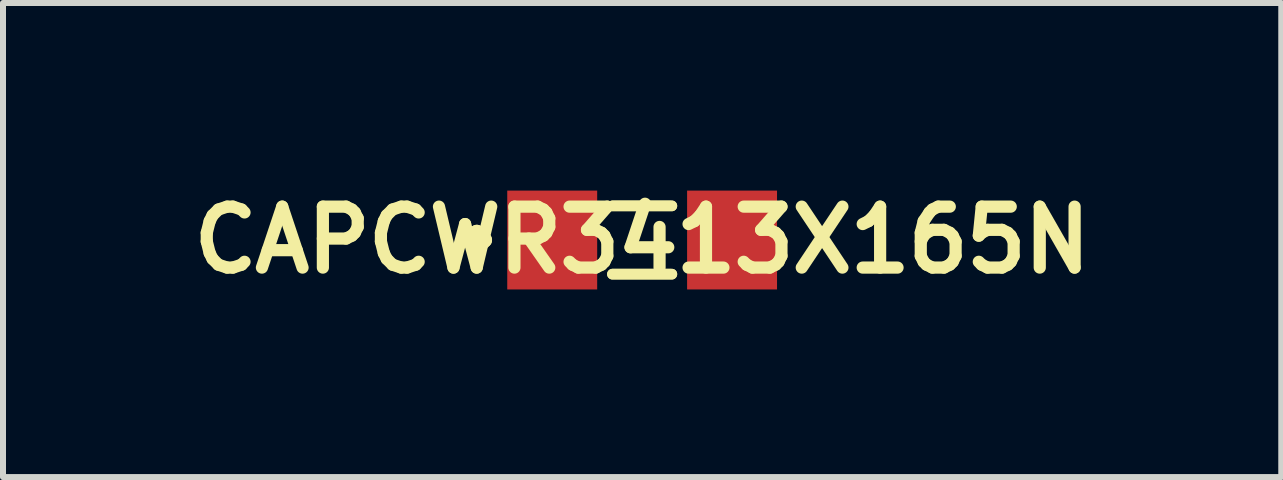
<source format=kicad_pcb>
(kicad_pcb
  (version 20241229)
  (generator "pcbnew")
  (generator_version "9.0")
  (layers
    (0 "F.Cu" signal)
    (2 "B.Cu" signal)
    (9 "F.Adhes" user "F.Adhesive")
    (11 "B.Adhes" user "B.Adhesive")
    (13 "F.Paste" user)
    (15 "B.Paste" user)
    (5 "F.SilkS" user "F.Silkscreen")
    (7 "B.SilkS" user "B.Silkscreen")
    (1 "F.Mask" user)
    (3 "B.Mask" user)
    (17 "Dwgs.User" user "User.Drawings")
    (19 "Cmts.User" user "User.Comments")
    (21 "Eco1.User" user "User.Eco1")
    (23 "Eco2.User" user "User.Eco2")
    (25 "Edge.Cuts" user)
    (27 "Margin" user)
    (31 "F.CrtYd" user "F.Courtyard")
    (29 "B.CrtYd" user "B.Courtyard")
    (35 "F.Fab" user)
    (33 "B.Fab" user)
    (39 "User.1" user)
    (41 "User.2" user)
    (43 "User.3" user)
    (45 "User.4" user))
  (footprint "CAPCWR3413X165N"
    (layer "F.Cu")
    (at 7.654 0.951)
    (property "Reference" "CAPCWR3413X165N" (at 0 0 0) (layer "F.SilkS") (effects (font (size 1.016 1.016) (thickness 0.203))))
    (attr smd)
    (fp_line (start -2.883 0) (end -2.756 -0.127) (stroke (width 0.254) (type solid)) (layer "F.SilkS"))
    (fp_line (start -2.756 -0.127) (end -2.629 0) (stroke (width 0.254) (type solid)) (layer "F.SilkS"))
    (fp_line (start -2.756 0.127) (end -2.883 0) (stroke (width 0.254) (type solid)) (layer "F.SilkS"))
    (fp_line (start -2.629 0) (end -2.756 0.127) (stroke (width 0.254) (type solid)) (layer "F.SilkS"))
    (fp_line (start -0.495 -0.569) (end 0.495 -0.569) (stroke (width 0.178) (type solid)) (layer "F.SilkS"))
    (fp_line (start -0.495 0.569) (end 0.495 0.569) (stroke (width 0.178) (type solid)) (layer "F.SilkS"))
    (fp_line (start 0.495 -0.569) (end -0.495 -0.569) (stroke (width 0.178) (type solid)) (layer "F.SilkS"))
    (fp_line (start 0.495 0.569) (end -0.495 0.569) (stroke (width 0.178) (type solid)) (layer "F.SilkS"))
    (pad "1" smd rect (at -1.499 0) (size 1.499 1.648) (layers "F.Cu" "F.Mask" "F.Paste"))
    (pad "2" smd rect (at 1.499 0) (size 1.499 1.648) (layers "F.Cu" "F.Mask" "F.Paste")))
  (gr_rect
    (start -3 -3)
    (end 18.308 4.902)
    (stroke (width 0.1) (type default))
    (fill no)
    (layer "Edge.Cuts")))
</source>
